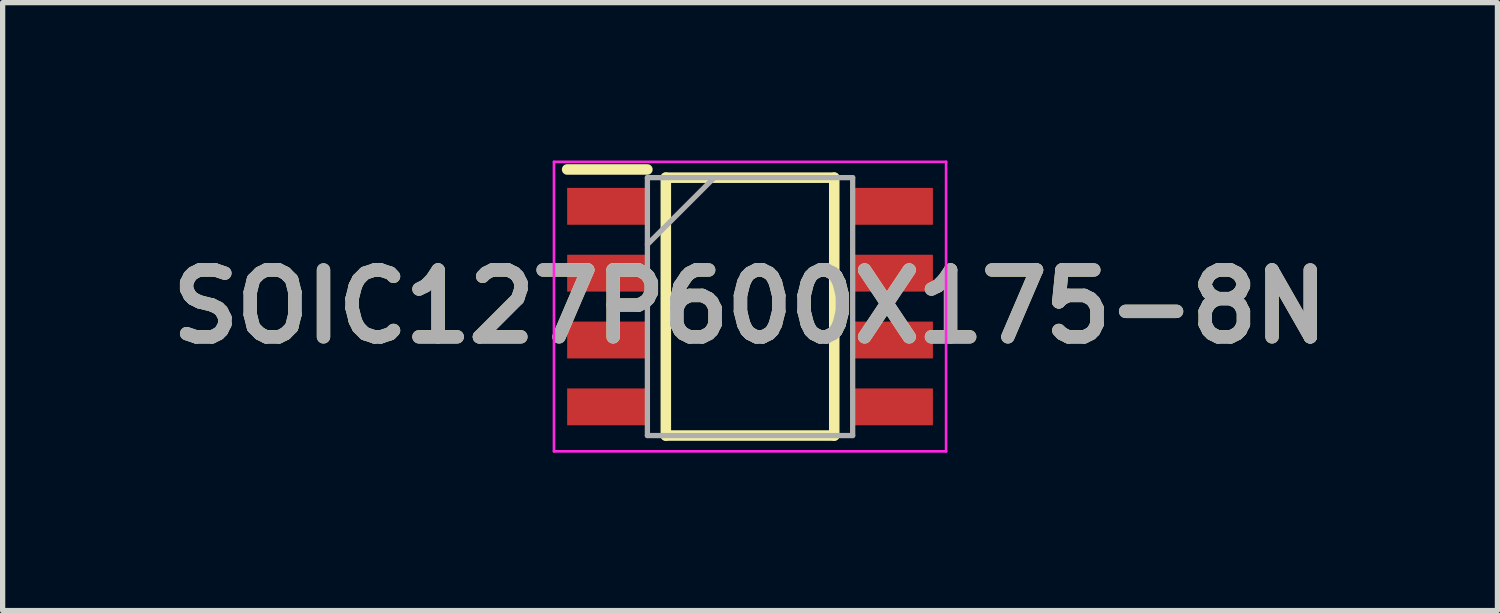
<source format=kicad_pcb>
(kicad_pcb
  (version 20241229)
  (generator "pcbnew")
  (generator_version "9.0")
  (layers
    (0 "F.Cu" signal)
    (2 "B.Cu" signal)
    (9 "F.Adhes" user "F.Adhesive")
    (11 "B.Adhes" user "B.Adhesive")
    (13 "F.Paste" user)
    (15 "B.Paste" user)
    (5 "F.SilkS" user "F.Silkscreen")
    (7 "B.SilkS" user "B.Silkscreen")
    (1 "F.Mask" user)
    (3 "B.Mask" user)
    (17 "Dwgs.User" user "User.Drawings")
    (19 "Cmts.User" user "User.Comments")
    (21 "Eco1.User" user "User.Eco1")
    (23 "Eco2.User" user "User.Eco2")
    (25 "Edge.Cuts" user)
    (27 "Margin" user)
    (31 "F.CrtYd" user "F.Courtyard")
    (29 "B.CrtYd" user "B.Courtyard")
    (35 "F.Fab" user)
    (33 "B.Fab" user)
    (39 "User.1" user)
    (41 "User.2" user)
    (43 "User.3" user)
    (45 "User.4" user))
  (footprint "SOIC127P600X175-8N"
    (layer "F.Cu")
    (at 11.2 2.775)
    (property "Reference" "SOIC127P600X175-8N" (at 0 0 0) (layer "F.SilkS") (effects (font (size 1.27 1.27) (thickness 0.254))))
    (attr smd)
    (fp_line (start -3.475 -2.605) (end -1.95 -2.605) (stroke (width 0.2) (type solid)) (layer "F.SilkS"))
    (fp_line (start -1.6 -2.45) (end 1.6 -2.45) (stroke (width 0.2) (type solid)) (layer "F.SilkS"))
    (fp_line (start -1.6 2.45) (end -1.6 -2.45) (stroke (width 0.2) (type solid)) (layer "F.SilkS"))
    (fp_line (start 1.6 -2.45) (end 1.6 2.45) (stroke (width 0.2) (type solid)) (layer "F.SilkS"))
    (fp_line (start 1.6 2.45) (end -1.6 2.45) (stroke (width 0.2) (type solid)) (layer "F.SilkS"))
    (fp_line (start -3.725 -2.75) (end 3.725 -2.75) (stroke (width 0.05) (type solid)) (layer "F.CrtYd"))
    (fp_line (start -3.725 2.75) (end -3.725 -2.75) (stroke (width 0.05) (type solid)) (layer "F.CrtYd"))
    (fp_line (start 3.725 -2.75) (end 3.725 2.75) (stroke (width 0.05) (type solid)) (layer "F.CrtYd"))
    (fp_line (start 3.725 2.75) (end -3.725 2.75) (stroke (width 0.05) (type solid)) (layer "F.CrtYd"))
    (fp_line (start -1.95 -2.45) (end 1.95 -2.45) (stroke (width 0.1) (type solid)) (layer "F.Fab"))
    (fp_line (start -1.95 -1.18) (end -0.68 -2.45) (stroke (width 0.1) (type solid)) (layer "F.Fab"))
    (fp_line (start -1.95 2.45) (end -1.95 -2.45) (stroke (width 0.1) (type solid)) (layer "F.Fab"))
    (fp_line (start 1.95 -2.45) (end 1.95 2.45) (stroke (width 0.1) (type solid)) (layer "F.Fab"))
    (fp_line (start 1.95 2.45) (end -1.95 2.45) (stroke (width 0.1) (type solid)) (layer "F.Fab"))
    (fp_text user "${REFERENCE}" (at 0 0 0) (layer "F.Fab") (effects (font (size 1.27 1.27) (thickness 0.254))))
    (pad "1" smd rect (at -2.712 -1.905 90) (size 0.7 1.525) (layers "F.Cu" "F.Mask" "F.Paste"))
    (pad "2" smd rect (at -2.712 -0.635 90) (size 0.7 1.525) (layers "F.Cu" "F.Mask" "F.Paste"))
    (pad "3" smd rect (at -2.712 0.635 90) (size 0.7 1.525) (layers "F.Cu" "F.Mask" "F.Paste"))
    (pad "4" smd rect (at -2.712 1.905 90) (size 0.7 1.525) (layers "F.Cu" "F.Mask" "F.Paste"))
    (pad "5" smd rect (at 2.712 1.905 90) (size 0.7 1.525) (layers "F.Cu" "F.Mask" "F.Paste"))
    (pad "6" smd rect (at 2.712 0.635 90) (size 0.7 1.525) (layers "F.Cu" "F.Mask" "F.Paste"))
    (pad "7" smd rect (at 2.712 -0.635 90) (size 0.7 1.525) (layers "F.Cu" "F.Mask" "F.Paste"))
    (pad "8" smd rect (at 2.712 -1.905 90) (size 0.7 1.525) (layers "F.Cu" "F.Mask" "F.Paste")))
  (gr_rect
    (start -3 -3)
    (end 25.4 8.55)
    (stroke (width 0.1) (type default))
    (fill no)
    (layer "Edge.Cuts")))
</source>
